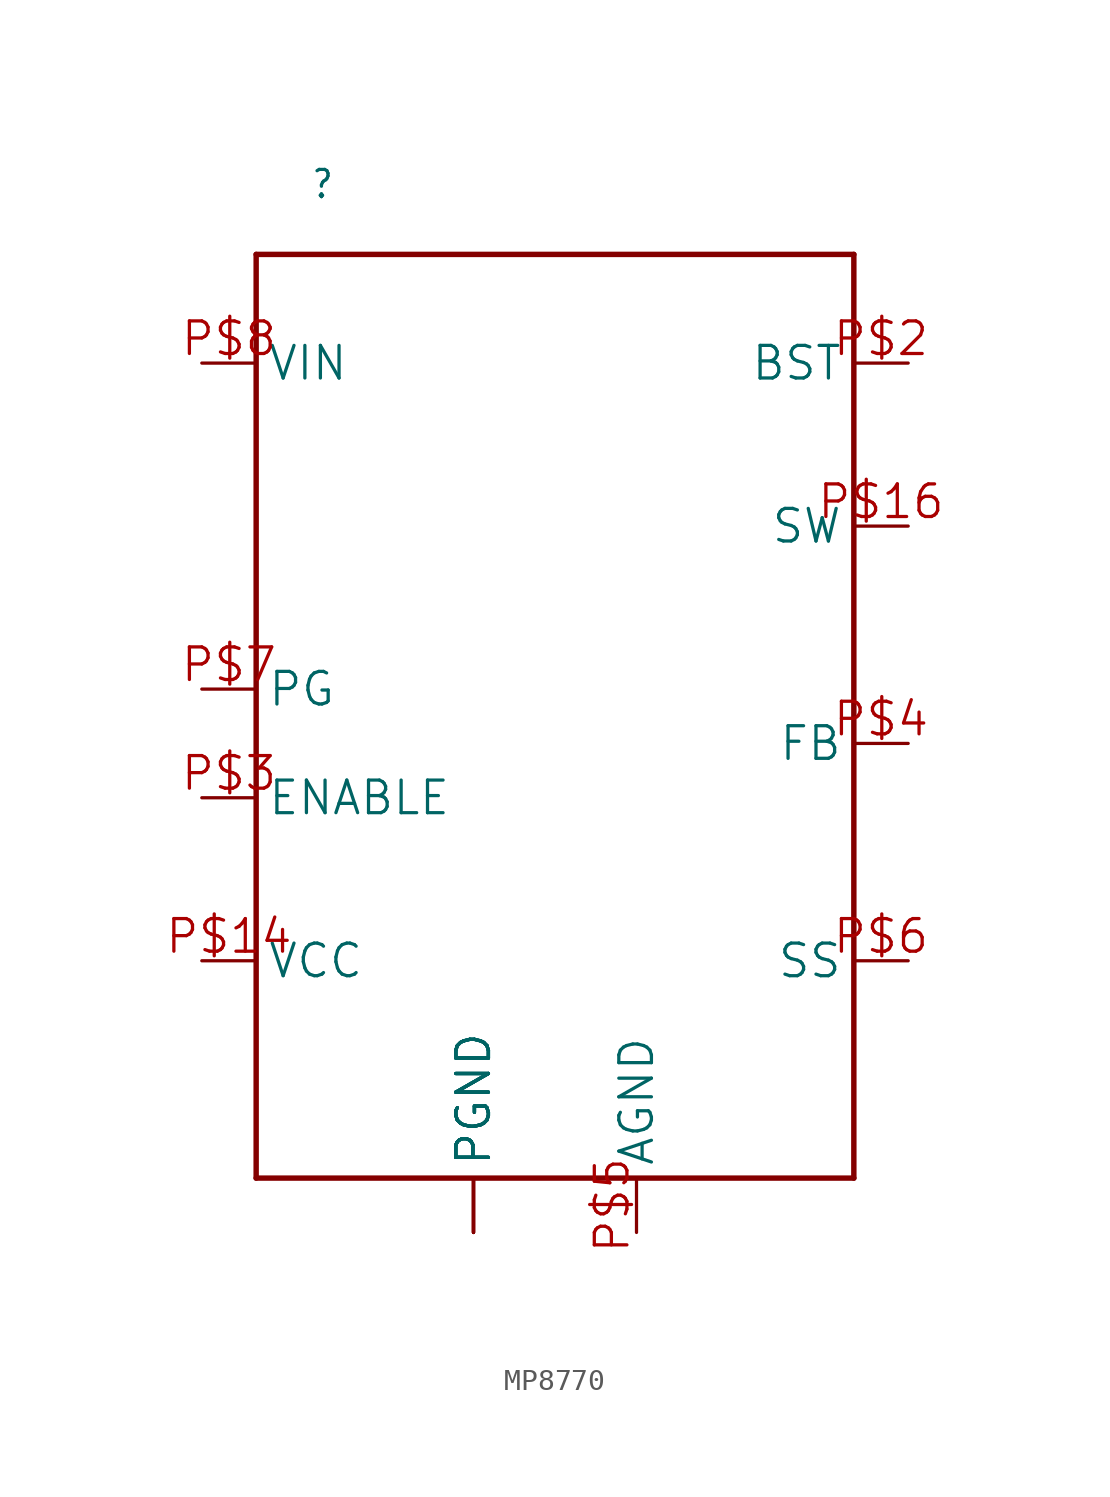
<source format=kicad_sym>
(kicad_symbol_lib
  (version 20241209)
  (generator "kicad_symbol_editor")
  (generator_version "9.0")
  (symbol "MP8770"
    (property "Reference" ""
      (at -12.7 20.32 0)
      (effects (font (size 1.27 1.079)) (justify left bottom)))
    (property "Value" ""
      (at -7.62 15.24 0)
      (effects (font (size 1.27 1.079)) (justify left bottom)))
    (property "ki_locked" ""
      (at 0 0 0)
      (effects (font (size 1.27 1.27))))
    (symbol "MP8770_1_0"
      (polyline (pts (xy -15.24 17.78) (xy 12.7 17.78)) (stroke (width 0.254) (type solid)) (fill (type none)))
      (polyline (pts (xy -15.24 -25.4) (xy -15.24 17.78)) (stroke (width 0.254) (type solid)) (fill (type none)))
      (polyline (pts (xy 12.7 17.78) (xy 12.7 -25.4)) (stroke (width 0.254) (type solid)) (fill (type none)))
      (polyline (pts (xy 12.7 -25.4) (xy -15.24 -25.4)) (stroke (width 0.254) (type solid)) (fill (type none)))
      (pin power_in line (at -17.78 12.7 0) (length 2.54) (name "VIN" (effects (font (size 1.524 1.524)))) (number "P$8" (effects (font (size 1.524 1.524)))))
      (pin bidirectional line (at -17.78 -2.54 0) (length 2.54) (name "PG" (effects (font (size 1.524 1.524)))) (number "P$7" (effects (font (size 1.524 1.524)))))
      (pin input line (at -17.78 -7.62 0) (length 2.54) (name "ENABLE" (effects (font (size 1.524 1.524)))) (number "P$3" (effects (font (size 1.524 1.524)))))
      (pin power_in line (at -17.78 -15.24 0) (length 2.54) (name "VCC" (effects (font (size 1.524 1.524)))) (number "P$14" (effects (font (size 1.524 1.524)))))
      (pin bidirectional line (at -5.08 -27.94 90) (length 2.54) (name "PGND" (effects (font (size 1.524 1.524)))) (number "P$10" (effects (font (size 0 0)))))
      (pin bidirectional line (at -5.08 -27.94 90) (length 2.54) (name "PGND" (effects (font (size 1.524 1.524)))) (number "P$11" (effects (font (size 0 0)))))
      (pin bidirectional line (at -5.08 -27.94 90) (length 2.54) (name "PGND" (effects (font (size 1.524 1.524)))) (number "P$12" (effects (font (size 0 0)))))
      (pin bidirectional line (at -5.08 -27.94 90) (length 2.54) (name "PGND" (effects (font (size 1.524 1.524)))) (number "P$13" (effects (font (size 0 0)))))
      (pin bidirectional line (at -5.08 -27.94 90) (length 2.54) (name "PGND" (effects (font (size 1.524 1.524)))) (number "P$9" (effects (font (size 0 0)))))
      (pin bidirectional line (at 2.54 -27.94 90) (length 2.54) (name "AGND" (effects (font (size 1.524 1.524)))) (number "P$5" (effects (font (size 1.524 1.524)))))
      (pin bidirectional line (at 15.24 12.7 180) (length 2.54) (name "BST" (effects (font (size 1.524 1.524)))) (number "P$2" (effects (font (size 1.524 1.524)))))
      (pin bidirectional line (at 15.24 5.08 180) (length 2.54) (name "SW" (effects (font (size 1.524 1.524)))) (number "P$16" (effects (font (size 1.524 1.524)))))
      (pin bidirectional line (at 15.24 -5.08 180) (length 2.54) (name "FB" (effects (font (size 1.524 1.524)))) (number "P$4" (effects (font (size 1.524 1.524)))))
      (pin bidirectional line (at 15.24 -15.24 180) (length 2.54) (name "SS" (effects (font (size 1.524 1.524)))) (number "P$6" (effects (font (size 1.524 1.524))))))))
</source>
